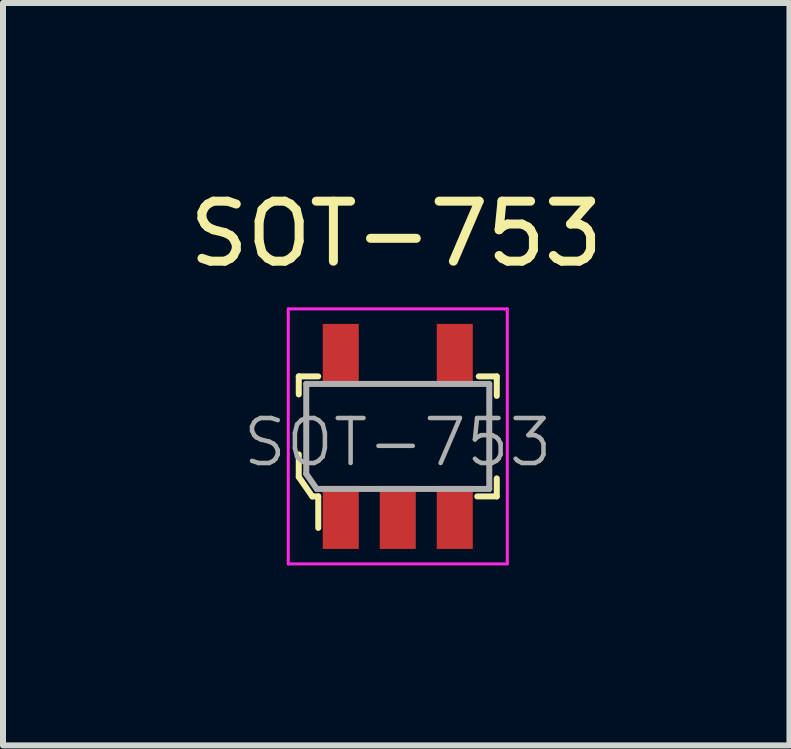
<source format=kicad_pcb>
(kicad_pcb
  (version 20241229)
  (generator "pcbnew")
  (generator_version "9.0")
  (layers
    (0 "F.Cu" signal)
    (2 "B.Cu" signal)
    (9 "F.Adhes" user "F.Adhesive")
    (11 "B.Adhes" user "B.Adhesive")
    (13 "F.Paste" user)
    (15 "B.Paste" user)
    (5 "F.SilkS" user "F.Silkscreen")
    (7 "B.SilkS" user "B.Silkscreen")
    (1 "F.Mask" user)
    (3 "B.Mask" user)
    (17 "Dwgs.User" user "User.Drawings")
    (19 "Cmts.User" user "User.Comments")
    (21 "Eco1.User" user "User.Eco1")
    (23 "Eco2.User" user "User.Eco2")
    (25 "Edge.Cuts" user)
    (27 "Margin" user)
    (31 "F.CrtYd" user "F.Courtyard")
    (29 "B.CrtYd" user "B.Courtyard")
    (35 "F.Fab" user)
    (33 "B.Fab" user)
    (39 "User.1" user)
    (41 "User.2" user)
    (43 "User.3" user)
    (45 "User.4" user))
  (footprint "SOT-753"
    (layer "F.Cu")
    (at 3.579 4.223)
    (property "Reference" "SOT-753" (at -0.025 -3.375 0) (layer "F.SilkS") (effects (font (size 1 1) (thickness 0.15))))
    (attr smd)
    (fp_line (start -1.65 -1) (end -1.65 -0.7) (stroke (width 0.1) (type solid)) (layer "F.SilkS"))
    (fp_line (start -1.65 0.675) (end -1.65 0.3) (stroke (width 0.1) (type solid)) (layer "F.SilkS"))
    (fp_line (start -1.65 0.675) (end -1.425 1) (stroke (width 0.1) (type solid)) (layer "F.SilkS"))
    (fp_line (start -1.425 1) (end -1.325 1) (stroke (width 0.1) (type solid)) (layer "F.SilkS"))
    (fp_line (start -1.325 -1) (end -1.65 -1) (stroke (width 0.1) (type solid)) (layer "F.SilkS"))
    (fp_line (start -1.325 1) (end -1.325 1.525) (stroke (width 0.1) (type solid)) (layer "F.SilkS"))
    (fp_line (start 1.325 1) (end 1.65 1) (stroke (width 0.1) (type solid)) (layer "F.SilkS"))
    (fp_line (start 1.35 -1) (end 1.65 -1) (stroke (width 0.1) (type solid)) (layer "F.SilkS"))
    (fp_line (start 1.65 -1) (end 1.65 -0.675) (stroke (width 0.1) (type solid)) (layer "F.SilkS"))
    (fp_line (start 1.65 1) (end 1.65 0.7) (stroke (width 0.1) (type solid)) (layer "F.SilkS"))
    (fp_line (start -1.825 -2.125) (end 1.825 -2.125) (stroke (width 0.05) (type solid)) (layer "F.CrtYd"))
    (fp_line (start -1.825 2.125) (end -1.825 -2.125) (stroke (width 0.05) (type solid)) (layer "F.CrtYd"))
    (fp_line (start 1.825 -2.125) (end 1.825 2.125) (stroke (width 0.05) (type solid)) (layer "F.CrtYd"))
    (fp_line (start 1.825 2.125) (end -1.825 2.125) (stroke (width 0.05) (type solid)) (layer "F.CrtYd"))
    (fp_line (start -1.525 -0.875) (end 1.525 -0.875) (stroke (width 0.1) (type solid)) (layer "F.Fab"))
    (fp_line (start -1.525 0.625) (end -1.525 -0.875) (stroke (width 0.1) (type solid)) (layer "F.Fab"))
    (fp_line (start -1.525 0.625) (end -1.35 0.875) (stroke (width 0.1) (type solid)) (layer "F.Fab"))
    (fp_line (start -1.35 0.875) (end 1.525 0.875) (stroke (width 0.1) (type solid)) (layer "F.Fab"))
    (fp_line (start 1.525 -0.875) (end 1.525 0.875) (stroke (width 0.1) (type solid)) (layer "F.Fab"))
    (fp_text user "${REFERENCE}" (at 0 0.1 0) (layer "F.Fab") (effects (font (size 0.75 0.75) (thickness 0.075))))
    (pad "1" smd rect (at -0.95 1.35) (size 0.6 1.05) (layers "F.Cu" "F.Mask" "F.Paste"))
    (pad "2" smd rect (at 0 1.35) (size 0.6 1.05) (layers "F.Cu" "F.Mask" "F.Paste"))
    (pad "3" smd rect (at 0.95 1.35) (size 0.6 1.05) (layers "F.Cu" "F.Mask" "F.Paste"))
    (pad "4" smd rect (at 0.95 -1.35) (size 0.6 1.05) (layers "F.Cu" "F.Mask" "F.Paste"))
    (pad "5" smd rect (at -0.95 -1.35) (size 0.6 1.05) (layers "F.Cu" "F.Mask" "F.Paste")))
  (gr_rect
    (start -3 -3)
    (end 10.107 9.373)
    (stroke (width 0.1) (type default))
    (fill no)
    (layer "Edge.Cuts")))
</source>
